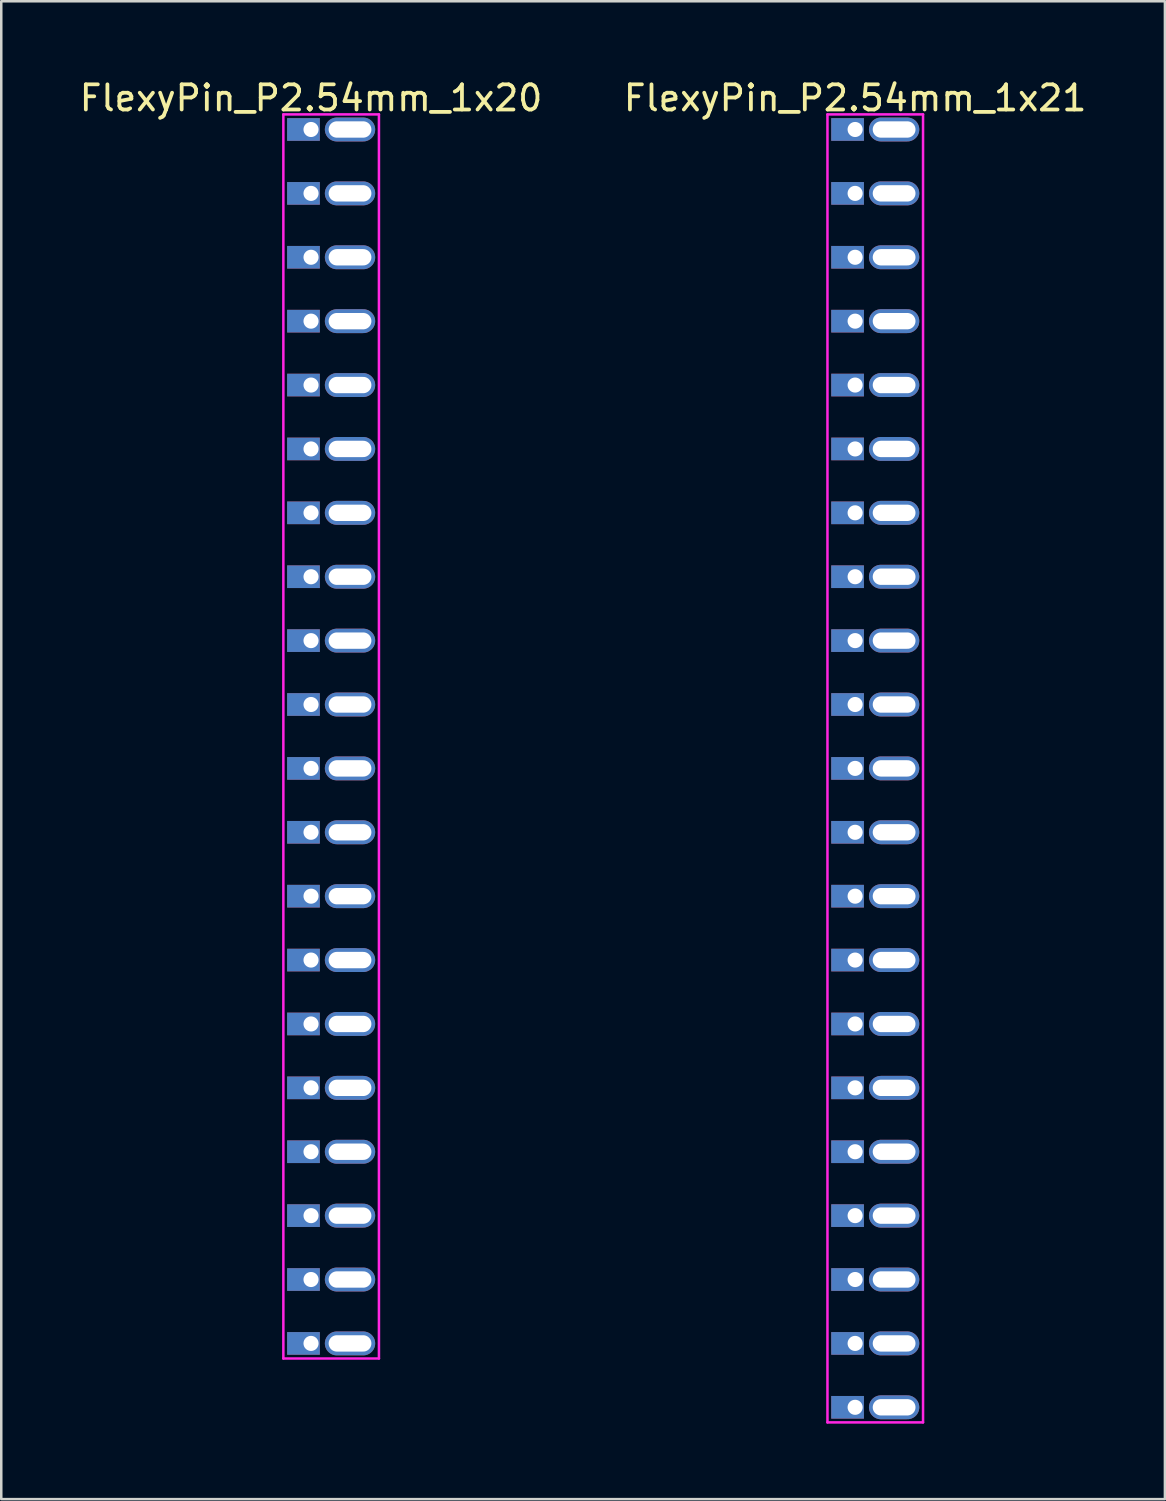
<source format=kicad_pcb>
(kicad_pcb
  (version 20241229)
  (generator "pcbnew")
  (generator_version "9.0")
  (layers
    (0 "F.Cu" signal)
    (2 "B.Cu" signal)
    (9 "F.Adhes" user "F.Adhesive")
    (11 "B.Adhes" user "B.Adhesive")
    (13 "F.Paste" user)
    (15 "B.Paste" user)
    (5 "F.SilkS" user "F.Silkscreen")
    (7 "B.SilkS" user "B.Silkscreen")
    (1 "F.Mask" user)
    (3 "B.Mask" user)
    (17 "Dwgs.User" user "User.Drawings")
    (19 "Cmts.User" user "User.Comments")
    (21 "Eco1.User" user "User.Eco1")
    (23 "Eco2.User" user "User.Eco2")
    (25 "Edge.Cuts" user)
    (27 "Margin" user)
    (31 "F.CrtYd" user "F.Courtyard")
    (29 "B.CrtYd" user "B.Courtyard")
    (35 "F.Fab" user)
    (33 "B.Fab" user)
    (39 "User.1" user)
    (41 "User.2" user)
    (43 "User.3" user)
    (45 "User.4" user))
  (footprint "FlexyPin_P2.54mm_1x20"
    (layer "F.Cu")
    (at 9.315 2.098)
    (property "Reference" "FlexyPin_P2.54mm_1x20" (at 0 -1.25 0) (layer "F.SilkS") (effects (font (size 1 1) (thickness 0.15))))
    (attr through_hole)
    (fp_line (start -1.1 -0.6) (end 2.7 -0.6) (stroke (width 0.1) (type solid)) (layer "F.CrtYd"))
    (fp_line (start -1.1 48.86) (end -1.1 -0.6) (stroke (width 0.1) (type solid)) (layer "F.CrtYd"))
    (fp_line (start 2.7 -0.6) (end 2.7 48.86) (stroke (width 0.1) (type solid)) (layer "F.CrtYd"))
    (fp_line (start 2.7 48.86) (end -1.1 48.86) (stroke (width 0.1) (type solid)) (layer "F.CrtYd"))
    (pad "" thru_hole oval (at 1.55 0) (size 2 0.95) (drill oval 1.7 0.65) (layers "*.Cu" "*.Mask"))
    (pad "" thru_hole oval (at 1.55 2.54) (size 2 0.95) (drill oval 1.7 0.65) (layers "*.Cu" "*.Mask"))
    (pad "" thru_hole oval (at 1.55 5.08) (size 2 0.95) (drill oval 1.7 0.65) (layers "*.Cu" "*.Mask"))
    (pad "" thru_hole oval (at 1.55 7.62) (size 2 0.95) (drill oval 1.7 0.65) (layers "*.Cu" "*.Mask"))
    (pad "" thru_hole oval (at 1.55 10.16) (size 2 0.95) (drill oval 1.7 0.65) (layers "*.Cu" "*.Mask"))
    (pad "" thru_hole oval (at 1.55 12.7) (size 2 0.95) (drill oval 1.7 0.65) (layers "*.Cu" "*.Mask"))
    (pad "" thru_hole oval (at 1.55 15.24) (size 2 0.95) (drill oval 1.7 0.65) (layers "*.Cu" "*.Mask"))
    (pad "" thru_hole oval (at 1.55 17.78) (size 2 0.95) (drill oval 1.7 0.65) (layers "*.Cu" "*.Mask"))
    (pad "" thru_hole oval (at 1.55 20.32) (size 2 0.95) (drill oval 1.7 0.65) (layers "*.Cu" "*.Mask"))
    (pad "" thru_hole oval (at 1.55 22.86) (size 2 0.95) (drill oval 1.7 0.65) (layers "*.Cu" "*.Mask"))
    (pad "" thru_hole oval (at 1.55 25.4) (size 2 0.95) (drill oval 1.7 0.65) (layers "*.Cu" "*.Mask"))
    (pad "" thru_hole oval (at 1.55 27.94) (size 2 0.95) (drill oval 1.7 0.65) (layers "*.Cu" "*.Mask"))
    (pad "" thru_hole oval (at 1.55 30.48) (size 2 0.95) (drill oval 1.7 0.65) (layers "*.Cu" "*.Mask"))
    (pad "" thru_hole oval (at 1.55 33.02) (size 2 0.95) (drill oval 1.7 0.65) (layers "*.Cu" "*.Mask"))
    (pad "" thru_hole oval (at 1.55 35.56) (size 2 0.95) (drill oval 1.7 0.65) (layers "*.Cu" "*.Mask"))
    (pad "" thru_hole oval (at 1.55 38.1) (size 2 0.95) (drill oval 1.7 0.65) (layers "*.Cu" "*.Mask"))
    (pad "" thru_hole oval (at 1.55 40.64) (size 2 0.95) (drill oval 1.7 0.65) (layers "*.Cu" "*.Mask"))
    (pad "" thru_hole oval (at 1.55 43.18) (size 2 0.95) (drill oval 1.7 0.65) (layers "*.Cu" "*.Mask"))
    (pad "" thru_hole oval (at 1.55 45.72) (size 2 0.95) (drill oval 1.7 0.65) (layers "*.Cu" "*.Mask"))
    (pad "" thru_hole oval (at 1.55 48.26) (size 2 0.95) (drill oval 1.7 0.65) (layers "*.Cu" "*.Mask"))
    (pad "1" thru_hole rect (at 0 0) (size 1.3 0.9) (drill 0.6 (offset -0.3 0)) (layers "*.Cu" "*.Mask"))
    (pad "2" thru_hole rect (at 0 2.54) (size 1.3 0.9) (drill 0.6 (offset -0.3 0)) (layers "*.Cu" "*.Mask"))
    (pad "3" thru_hole rect (at 0 5.08) (size 1.3 0.9) (drill 0.6 (offset -0.3 0)) (layers "*.Cu" "*.Mask"))
    (pad "4" thru_hole rect (at 0 7.62) (size 1.3 0.9) (drill 0.6 (offset -0.3 0)) (layers "*.Cu" "*.Mask"))
    (pad "5" thru_hole rect (at 0 10.16) (size 1.3 0.9) (drill 0.6 (offset -0.3 0)) (layers "*.Cu" "*.Mask"))
    (pad "6" thru_hole rect (at 0 12.7) (size 1.3 0.9) (drill 0.6 (offset -0.3 0)) (layers "*.Cu" "*.Mask"))
    (pad "7" thru_hole rect (at 0 15.24) (size 1.3 0.9) (drill 0.6 (offset -0.3 0)) (layers "*.Cu" "*.Mask"))
    (pad "8" thru_hole rect (at 0 17.78) (size 1.3 0.9) (drill 0.6 (offset -0.3 0)) (layers "*.Cu" "*.Mask"))
    (pad "9" thru_hole rect (at 0 20.32) (size 1.3 0.9) (drill 0.6 (offset -0.3 0)) (layers "*.Cu" "*.Mask"))
    (pad "10" thru_hole rect (at 0 22.86) (size 1.3 0.9) (drill 0.6 (offset -0.3 0)) (layers "*.Cu" "*.Mask"))
    (pad "11" thru_hole rect (at 0 25.4) (size 1.3 0.9) (drill 0.6 (offset -0.3 0)) (layers "*.Cu" "*.Mask"))
    (pad "12" thru_hole rect (at 0 27.94) (size 1.3 0.9) (drill 0.6 (offset -0.3 0)) (layers "*.Cu" "*.Mask"))
    (pad "13" thru_hole rect (at 0 30.48) (size 1.3 0.9) (drill 0.6 (offset -0.3 0)) (layers "*.Cu" "*.Mask"))
    (pad "14" thru_hole rect (at 0 33.02) (size 1.3 0.9) (drill 0.6 (offset -0.3 0)) (layers "*.Cu" "*.Mask"))
    (pad "15" thru_hole rect (at 0 35.56) (size 1.3 0.9) (drill 0.6 (offset -0.3 0)) (layers "*.Cu" "*.Mask"))
    (pad "16" thru_hole rect (at 0 38.1) (size 1.3 0.9) (drill 0.6 (offset -0.3 0)) (layers "*.Cu" "*.Mask"))
    (pad "17" thru_hole rect (at 0 40.64) (size 1.3 0.9) (drill 0.6 (offset -0.3 0)) (layers "*.Cu" "*.Mask"))
    (pad "18" thru_hole rect (at 0 43.18) (size 1.3 0.9) (drill 0.6 (offset -0.3 0)) (layers "*.Cu" "*.Mask"))
    (pad "19" thru_hole rect (at 0 45.72) (size 1.3 0.9) (drill 0.6 (offset -0.3 0)) (layers "*.Cu" "*.Mask"))
    (pad "20" thru_hole rect (at 0 48.26) (size 1.3 0.9) (drill 0.6 (offset -0.3 0)) (layers "*.Cu" "*.Mask")))
  (footprint "FlexyPin_P2.54mm_1x21"
    (layer "F.Cu")
    (at 30.946 2.098)
    (property "Reference" "FlexyPin_P2.54mm_1x21" (at 0 -1.25 0) (layer "F.SilkS") (effects (font (size 1 1) (thickness 0.15))))
    (attr through_hole)
    (fp_line (start -1.1 -0.6) (end 2.7 -0.6) (stroke (width 0.1) (type solid)) (layer "F.CrtYd"))
    (fp_line (start -1.1 51.4) (end -1.1 -0.6) (stroke (width 0.1) (type solid)) (layer "F.CrtYd"))
    (fp_line (start 2.7 -0.6) (end 2.7 51.4) (stroke (width 0.1) (type solid)) (layer "F.CrtYd"))
    (fp_line (start 2.7 51.4) (end -1.1 51.4) (stroke (width 0.1) (type solid)) (layer "F.CrtYd"))
    (pad "" thru_hole oval (at 1.55 0) (size 2 0.95) (drill oval 1.7 0.65) (layers "*.Cu" "*.Mask"))
    (pad "" thru_hole oval (at 1.55 2.54) (size 2 0.95) (drill oval 1.7 0.65) (layers "*.Cu" "*.Mask"))
    (pad "" thru_hole oval (at 1.55 5.08) (size 2 0.95) (drill oval 1.7 0.65) (layers "*.Cu" "*.Mask"))
    (pad "" thru_hole oval (at 1.55 7.62) (size 2 0.95) (drill oval 1.7 0.65) (layers "*.Cu" "*.Mask"))
    (pad "" thru_hole oval (at 1.55 10.16) (size 2 0.95) (drill oval 1.7 0.65) (layers "*.Cu" "*.Mask"))
    (pad "" thru_hole oval (at 1.55 12.7) (size 2 0.95) (drill oval 1.7 0.65) (layers "*.Cu" "*.Mask"))
    (pad "" thru_hole oval (at 1.55 15.24) (size 2 0.95) (drill oval 1.7 0.65) (layers "*.Cu" "*.Mask"))
    (pad "" thru_hole oval (at 1.55 17.78) (size 2 0.95) (drill oval 1.7 0.65) (layers "*.Cu" "*.Mask"))
    (pad "" thru_hole oval (at 1.55 20.32) (size 2 0.95) (drill oval 1.7 0.65) (layers "*.Cu" "*.Mask"))
    (pad "" thru_hole oval (at 1.55 22.86) (size 2 0.95) (drill oval 1.7 0.65) (layers "*.Cu" "*.Mask"))
    (pad "" thru_hole oval (at 1.55 25.4) (size 2 0.95) (drill oval 1.7 0.65) (layers "*.Cu" "*.Mask"))
    (pad "" thru_hole oval (at 1.55 27.94) (size 2 0.95) (drill oval 1.7 0.65) (layers "*.Cu" "*.Mask"))
    (pad "" thru_hole oval (at 1.55 30.48) (size 2 0.95) (drill oval 1.7 0.65) (layers "*.Cu" "*.Mask"))
    (pad "" thru_hole oval (at 1.55 33.02) (size 2 0.95) (drill oval 1.7 0.65) (layers "*.Cu" "*.Mask"))
    (pad "" thru_hole oval (at 1.55 35.56) (size 2 0.95) (drill oval 1.7 0.65) (layers "*.Cu" "*.Mask"))
    (pad "" thru_hole oval (at 1.55 38.1) (size 2 0.95) (drill oval 1.7 0.65) (layers "*.Cu" "*.Mask"))
    (pad "" thru_hole oval (at 1.55 40.64) (size 2 0.95) (drill oval 1.7 0.65) (layers "*.Cu" "*.Mask"))
    (pad "" thru_hole oval (at 1.55 43.18) (size 2 0.95) (drill oval 1.7 0.65) (layers "*.Cu" "*.Mask"))
    (pad "" thru_hole oval (at 1.55 45.72) (size 2 0.95) (drill oval 1.7 0.65) (layers "*.Cu" "*.Mask"))
    (pad "" thru_hole oval (at 1.55 48.26) (size 2 0.95) (drill oval 1.7 0.65) (layers "*.Cu" "*.Mask"))
    (pad "" thru_hole oval (at 1.55 50.8) (size 2 0.95) (drill oval 1.7 0.65) (layers "*.Cu" "*.Mask"))
    (pad "1" thru_hole rect (at 0 0) (size 1.3 0.9) (drill 0.6 (offset -0.3 0)) (layers "*.Cu" "*.Mask"))
    (pad "2" thru_hole rect (at 0 2.54) (size 1.3 0.9) (drill 0.6 (offset -0.3 0)) (layers "*.Cu" "*.Mask"))
    (pad "3" thru_hole rect (at 0 5.08) (size 1.3 0.9) (drill 0.6 (offset -0.3 0)) (layers "*.Cu" "*.Mask"))
    (pad "4" thru_hole rect (at 0 7.62) (size 1.3 0.9) (drill 0.6 (offset -0.3 0)) (layers "*.Cu" "*.Mask"))
    (pad "5" thru_hole rect (at 0 10.16) (size 1.3 0.9) (drill 0.6 (offset -0.3 0)) (layers "*.Cu" "*.Mask"))
    (pad "6" thru_hole rect (at 0 12.7) (size 1.3 0.9) (drill 0.6 (offset -0.3 0)) (layers "*.Cu" "*.Mask"))
    (pad "7" thru_hole rect (at 0 15.24) (size 1.3 0.9) (drill 0.6 (offset -0.3 0)) (layers "*.Cu" "*.Mask"))
    (pad "8" thru_hole rect (at 0 17.78) (size 1.3 0.9) (drill 0.6 (offset -0.3 0)) (layers "*.Cu" "*.Mask"))
    (pad "9" thru_hole rect (at 0 20.32) (size 1.3 0.9) (drill 0.6 (offset -0.3 0)) (layers "*.Cu" "*.Mask"))
    (pad "10" thru_hole rect (at 0 22.86) (size 1.3 0.9) (drill 0.6 (offset -0.3 0)) (layers "*.Cu" "*.Mask"))
    (pad "11" thru_hole rect (at 0 25.4) (size 1.3 0.9) (drill 0.6 (offset -0.3 0)) (layers "*.Cu" "*.Mask"))
    (pad "12" thru_hole rect (at 0 27.94) (size 1.3 0.9) (drill 0.6 (offset -0.3 0)) (layers "*.Cu" "*.Mask"))
    (pad "13" thru_hole rect (at 0 30.48) (size 1.3 0.9) (drill 0.6 (offset -0.3 0)) (layers "*.Cu" "*.Mask"))
    (pad "14" thru_hole rect (at 0 33.02) (size 1.3 0.9) (drill 0.6 (offset -0.3 0)) (layers "*.Cu" "*.Mask"))
    (pad "15" thru_hole rect (at 0 35.56) (size 1.3 0.9) (drill 0.6 (offset -0.3 0)) (layers "*.Cu" "*.Mask"))
    (pad "16" thru_hole rect (at 0 38.1) (size 1.3 0.9) (drill 0.6 (offset -0.3 0)) (layers "*.Cu" "*.Mask"))
    (pad "17" thru_hole rect (at 0 40.64) (size 1.3 0.9) (drill 0.6 (offset -0.3 0)) (layers "*.Cu" "*.Mask"))
    (pad "18" thru_hole rect (at 0 43.18) (size 1.3 0.9) (drill 0.6 (offset -0.3 0)) (layers "*.Cu" "*.Mask"))
    (pad "19" thru_hole rect (at 0 45.72) (size 1.3 0.9) (drill 0.6 (offset -0.3 0)) (layers "*.Cu" "*.Mask"))
    (pad "20" thru_hole rect (at 0 48.26) (size 1.3 0.9) (drill 0.6 (offset -0.3 0)) (layers "*.Cu" "*.Mask"))
    (pad "21" thru_hole rect (at 0 50.8) (size 1.3 0.9) (drill 0.6 (offset -0.3 0)) (layers "*.Cu" "*.Mask")))
  (gr_rect
    (start -3 -3)
    (end 43.262 56.548)
    (stroke (width 0.1) (type default))
    (fill no)
    (layer "Edge.Cuts")))
</source>
